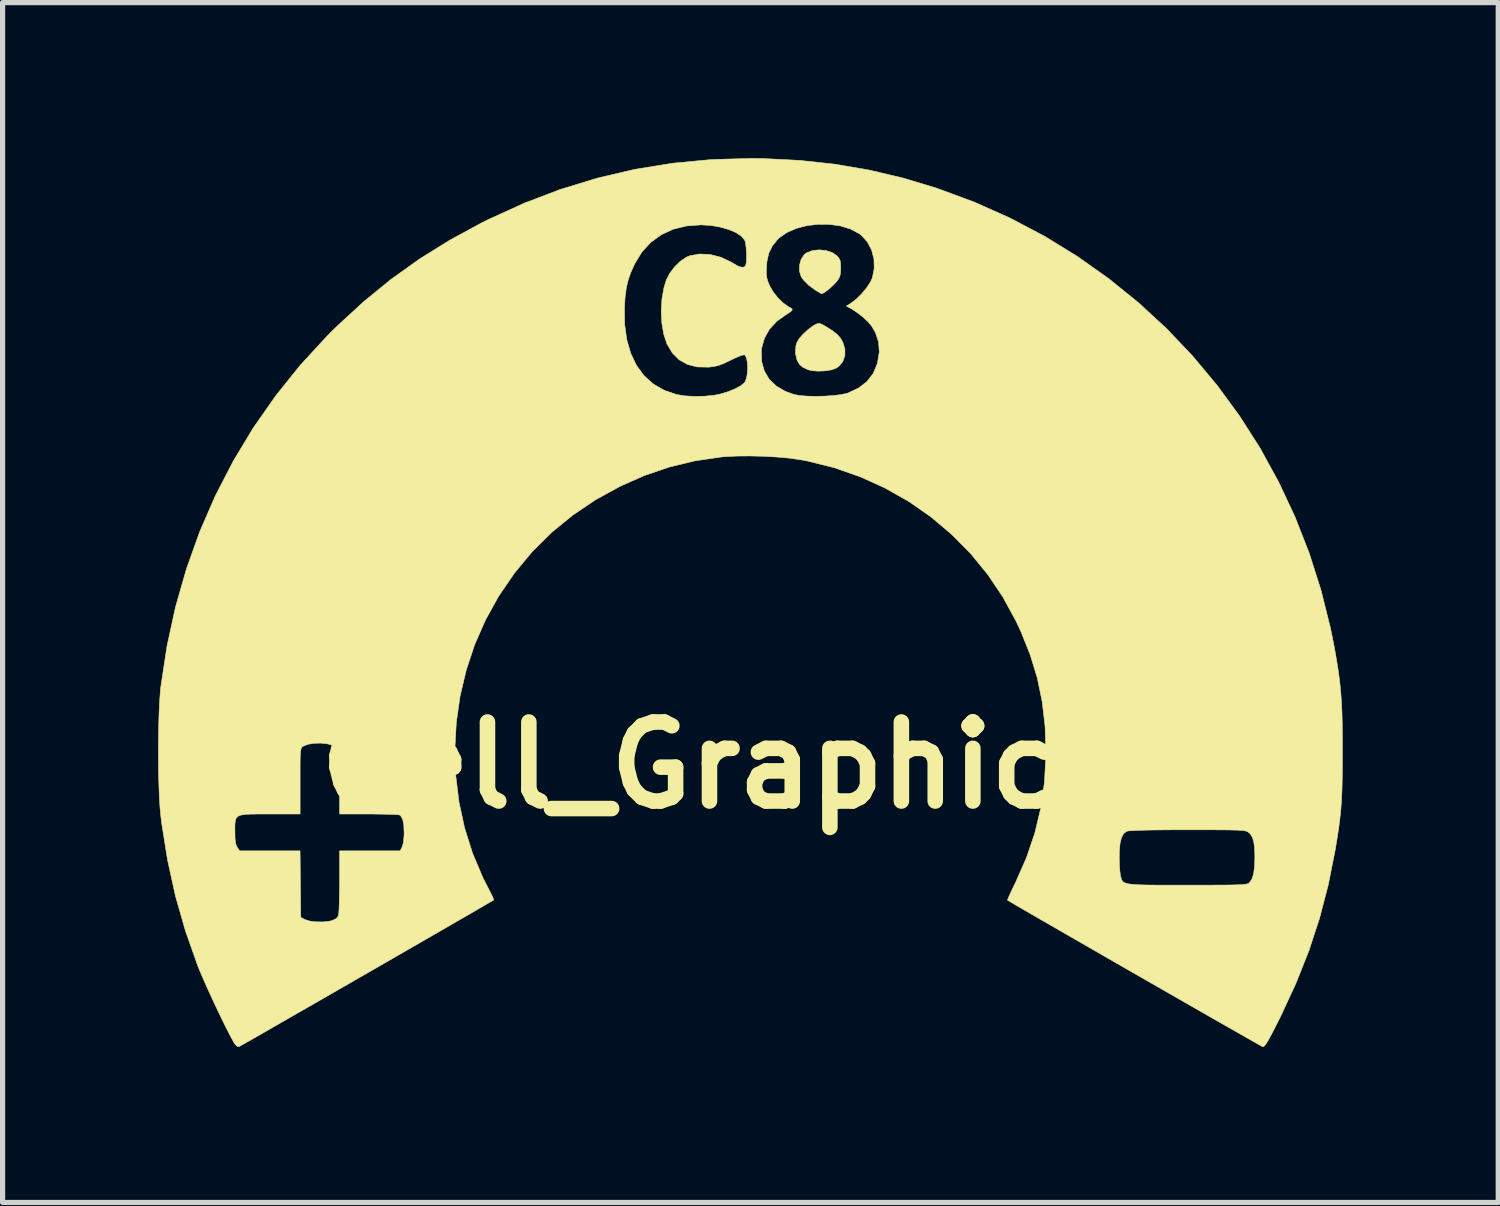
<source format=kicad_pcb>
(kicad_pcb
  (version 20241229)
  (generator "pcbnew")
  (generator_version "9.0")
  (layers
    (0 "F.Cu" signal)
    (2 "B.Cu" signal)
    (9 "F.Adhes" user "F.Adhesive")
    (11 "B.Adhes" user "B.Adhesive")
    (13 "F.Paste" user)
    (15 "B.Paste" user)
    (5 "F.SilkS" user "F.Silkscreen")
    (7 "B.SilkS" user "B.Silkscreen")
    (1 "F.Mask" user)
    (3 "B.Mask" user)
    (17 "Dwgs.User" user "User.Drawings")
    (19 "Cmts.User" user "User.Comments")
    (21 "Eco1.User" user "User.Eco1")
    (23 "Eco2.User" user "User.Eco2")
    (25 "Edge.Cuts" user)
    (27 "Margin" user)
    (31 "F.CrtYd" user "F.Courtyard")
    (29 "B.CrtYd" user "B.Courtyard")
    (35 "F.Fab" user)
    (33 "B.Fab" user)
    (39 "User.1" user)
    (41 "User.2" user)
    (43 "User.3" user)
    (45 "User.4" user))
  (footprint "Cell_Graphic_C8"
    (layer "F.Cu")
    (at 12.339 11.71)
    (property "Reference" "Cell_Graphic_C8" (at 0 0 0) (layer "F.SilkS") (effects (font (size 1.524 1.524) (thickness 0.3))))
    (attr through_hole)
    (fp_poly (pts (xy 0.465 -8.504) (xy 0.529 -8.468) (xy 0.659 -8.387) (xy 0.752 -8.315) (xy 0.818 -8.243) (xy 0.865 -8.162) (xy 0.907 -8.029) (xy 0.906 -7.9) (xy 0.864 -7.783) (xy 0.785 -7.691) (xy 0.73 -7.655) (xy 0.64 -7.625) (xy 0.52 -7.607) (xy 0.39 -7.602) (xy 0.271 -7.611) (xy 0.197 -7.629) (xy 0.096 -7.676) (xy 0.031 -7.732) (xy -0.015 -7.811) (xy -0.017 -7.816) (xy -0.048 -7.951) (xy -0.038 -8.092) (xy -0.016 -8.161) (xy 0.029 -8.233) (xy 0.104 -8.318) (xy 0.195 -8.402) (xy 0.287 -8.471) (xy 0.329 -8.496) (xy 0.378 -8.518) (xy 0.417 -8.522) (xy 0.465 -8.504)) (stroke (width 0.01) (type solid)) (fill yes) (layer "F.SilkS"))
    (fp_poly (pts (xy 0.541 -9.929) (xy 0.664 -9.888) (xy 0.749 -9.829) (xy 0.792 -9.781) (xy 0.815 -9.733) (xy 0.824 -9.667) (xy 0.826 -9.592) (xy 0.822 -9.495) (xy 0.807 -9.427) (xy 0.775 -9.367) (xy 0.753 -9.337) (xy 0.702 -9.28) (xy 0.635 -9.217) (xy 0.565 -9.158) (xy 0.503 -9.114) (xy 0.463 -9.095) (xy 0.46 -9.095) (xy 0.431 -9.108) (xy 0.376 -9.141) (xy 0.343 -9.161) (xy 0.205 -9.262) (xy 0.104 -9.364) (xy 0.061 -9.428) (xy 0.03 -9.533) (xy 0.032 -9.649) (xy 0.063 -9.759) (xy 0.121 -9.847) (xy 0.159 -9.879) (xy 0.273 -9.925) (xy 0.406 -9.941) (xy 0.541 -9.929)) (stroke (width 0.01) (type solid)) (fill yes) (layer "F.SilkS"))
    (fp_poly (pts (xy -0.66 -11.702) (xy 0.041 -11.666) (xy 0.717 -11.593) (xy 1.376 -11.48) (xy 2.028 -11.326) (xy 2.682 -11.129) (xy 2.692 -11.125) (xy 3.406 -10.861) (xy 4.095 -10.553) (xy 4.757 -10.204) (xy 5.39 -9.815) (xy 5.994 -9.387) (xy 6.567 -8.924) (xy 7.108 -8.425) (xy 7.614 -7.893) (xy 8.085 -7.329) (xy 8.519 -6.736) (xy 8.916 -6.114) (xy 9.272 -5.465) (xy 9.588 -4.791) (xy 9.861 -4.094) (xy 10.09 -3.375) (xy 10.274 -2.636) (xy 10.349 -2.261) (xy 10.389 -2.03) (xy 10.422 -1.823) (xy 10.448 -1.628) (xy 10.468 -1.438) (xy 10.482 -1.242) (xy 10.493 -1.031) (xy 10.499 -0.795) (xy 10.502 -0.525) (xy 10.502 -0.292) (xy 10.502 -0.001) (xy 10.499 0.248) (xy 10.494 0.464) (xy 10.485 0.658) (xy 10.473 0.838) (xy 10.455 1.013) (xy 10.433 1.192) (xy 10.404 1.385) (xy 10.368 1.601) (xy 10.362 1.638) (xy 10.229 2.307) (xy 10.061 2.951) (xy 9.854 3.582) (xy 9.605 4.208) (xy 9.312 4.84) (xy 9.289 4.885) (xy 9.2 5.062) (xy 9.13 5.197) (xy 9.076 5.296) (xy 9.035 5.364) (xy 9.005 5.405) (xy 8.982 5.425) (xy 8.964 5.428) (xy 8.963 5.428) (xy 8.938 5.414) (xy 8.872 5.377) (xy 8.769 5.319) (xy 8.632 5.241) (xy 8.465 5.146) (xy 8.271 5.035) (xy 8.053 4.911) (xy 7.816 4.775) (xy 7.562 4.63) (xy 7.295 4.477) (xy 7.018 4.318) (xy 6.735 4.156) (xy 6.45 3.992) (xy 6.164 3.828) (xy 5.884 3.667) (xy 5.61 3.509) (xy 5.348 3.358) (xy 5.099 3.215) (xy 4.869 3.082) (xy 4.66 2.962) (xy 4.476 2.855) (xy 4.319 2.764) (xy 4.195 2.692) (xy 4.105 2.639) (xy 4.054 2.608) (xy 4.043 2.602) (xy 4.05 2.578) (xy 4.077 2.516) (xy 4.118 2.426) (xy 4.172 2.314) (xy 4.2 2.256) (xy 4.409 1.781) (xy 4.412 1.772) (xy 6.198 1.772) (xy 6.2 1.896) (xy 6.207 2.011) (xy 6.217 2.101) (xy 6.224 2.139) (xy 6.235 2.178) (xy 6.247 2.211) (xy 6.263 2.238) (xy 6.29 2.26) (xy 6.33 2.277) (xy 6.388 2.289) (xy 6.469 2.299) (xy 6.577 2.305) (xy 6.716 2.309) (xy 6.891 2.311) (xy 7.105 2.311) (xy 7.364 2.311) (xy 7.511 2.311) (xy 7.783 2.311) (xy 8.009 2.311) (xy 8.193 2.31) (xy 8.34 2.309) (xy 8.454 2.306) (xy 8.54 2.303) (xy 8.603 2.298) (xy 8.646 2.292) (xy 8.675 2.285) (xy 8.695 2.276) (xy 8.709 2.264) (xy 8.711 2.262) (xy 8.758 2.193) (xy 8.79 2.091) (xy 8.808 1.951) (xy 8.814 1.778) (xy 8.809 1.608) (xy 8.793 1.48) (xy 8.765 1.387) (xy 8.722 1.321) (xy 8.695 1.297) (xy 8.678 1.284) (xy 8.657 1.274) (xy 8.629 1.265) (xy 8.588 1.259) (xy 8.53 1.254) (xy 8.45 1.25) (xy 8.344 1.248) (xy 8.206 1.246) (xy 8.032 1.245) (xy 7.817 1.245) (xy 7.557 1.245) (xy 7.516 1.245) (xy 7.211 1.245) (xy 6.955 1.247) (xy 6.745 1.25) (xy 6.581 1.254) (xy 6.46 1.259) (xy 6.381 1.265) (xy 6.341 1.273) (xy 6.34 1.273) (xy 6.281 1.319) (xy 6.239 1.398) (xy 6.212 1.514) (xy 6.199 1.673) (xy 6.198 1.772) (xy 4.412 1.772) (xy 4.57 1.306) (xy 4.685 0.826) (xy 4.755 0.331) (xy 4.783 -0.185) (xy 4.783 -0.254) (xy 4.767 -0.753) (xy 4.712 -1.225) (xy 4.618 -1.681) (xy 4.481 -2.13) (xy 4.3 -2.582) (xy 4.207 -2.781) (xy 3.954 -3.245) (xy 3.661 -3.68) (xy 3.331 -4.084) (xy 2.965 -4.454) (xy 2.568 -4.789) (xy 2.14 -5.087) (xy 1.685 -5.345) (xy 1.206 -5.563) (xy 0.705 -5.738) (xy 0.184 -5.868) (xy 0.038 -5.895) (xy -0.166 -5.924) (xy -0.405 -5.945) (xy -0.664 -5.96) (xy -0.926 -5.966) (xy -1.178 -5.964) (xy -1.402 -5.953) (xy -1.477 -5.946) (xy -1.989 -5.871) (xy -2.481 -5.752) (xy -2.961 -5.588) (xy -3.416 -5.387) (xy -3.897 -5.124) (xy -4.341 -4.825) (xy -4.75 -4.491) (xy -5.123 -4.121) (xy -5.462 -3.713) (xy -5.767 -3.268) (xy -5.771 -3.261) (xy -6.024 -2.805) (xy -6.233 -2.33) (xy -6.396 -1.839) (xy -6.515 -1.337) (xy -6.588 -0.828) (xy -6.616 -0.315) (xy -6.599 0.198) (xy -6.537 0.706) (xy -6.429 1.207) (xy -6.275 1.696) (xy -6.075 2.169) (xy -5.948 2.418) (xy -5.906 2.5) (xy -5.877 2.563) (xy -5.867 2.596) (xy -5.868 2.598) (xy -5.892 2.613) (xy -5.958 2.651) (xy -6.06 2.711) (xy -6.196 2.79) (xy -6.362 2.887) (xy -6.556 2.998) (xy -6.772 3.124) (xy -7.009 3.26) (xy -7.263 3.407) (xy -7.529 3.56) (xy -7.805 3.719) (xy -8.087 3.882) (xy -8.373 4.046) (xy -8.657 4.21) (xy -8.938 4.371) (xy -9.211 4.529) (xy -9.473 4.679) (xy -9.721 4.821) (xy -9.951 4.953) (xy -10.159 5.073) (xy -10.343 5.179) (xy -10.499 5.268) (xy -10.624 5.339) (xy -10.713 5.389) (xy -10.764 5.418) (xy -10.775 5.424) (xy -10.815 5.421) (xy -10.858 5.376) (xy -10.872 5.355) (xy -10.919 5.272) (xy -10.983 5.15) (xy -11.059 4.999) (xy -11.143 4.827) (xy -11.231 4.642) (xy -11.319 4.453) (xy -11.403 4.269) (xy -11.478 4.098) (xy -11.542 3.949) (xy -11.577 3.861) (xy -11.812 3.195) (xy -12.005 2.521) (xy -12.157 1.83) (xy -12.251 1.24) (xy -10.859 1.24) (xy -10.858 1.28) (xy -10.856 1.405) (xy -10.847 1.492) (xy -10.83 1.552) (xy -10.813 1.582) (xy -10.768 1.651) (xy -9.602 1.651) (xy -9.595 2.292) (xy -9.588 2.934) (xy -9.5 2.978) (xy -9.409 3.006) (xy -9.288 3.02) (xy -9.156 3.021) (xy -9.03 3.006) (xy -8.984 2.996) (xy -8.901 2.956) (xy -8.863 2.905) (xy -8.856 2.862) (xy -8.85 2.776) (xy -8.845 2.656) (xy -8.842 2.509) (xy -8.84 2.344) (xy -8.839 2.246) (xy -8.839 1.651) (xy -7.672 1.651) (xy -7.633 1.576) (xy -7.608 1.491) (xy -7.596 1.361) (xy -7.595 1.295) (xy -7.601 1.148) (xy -7.622 1.045) (xy -7.658 0.979) (xy -7.681 0.959) (xy -7.714 0.954) (xy -7.789 0.949) (xy -7.9 0.945) (xy -8.039 0.942) (xy -8.198 0.94) (xy -8.274 0.94) (xy -8.839 0.94) (xy -8.839 0.329) (xy -8.839 0.138) (xy -8.84 -0.01) (xy -8.842 -0.119) (xy -8.846 -0.198) (xy -8.852 -0.252) (xy -8.861 -0.288) (xy -8.873 -0.313) (xy -8.89 -0.332) (xy -8.899 -0.342) (xy -8.973 -0.386) (xy -9.08 -0.415) (xy -9.206 -0.428) (xy -9.335 -0.424) (xy -9.453 -0.404) (xy -9.544 -0.366) (xy -9.562 -0.353) (xy -9.575 -0.337) (xy -9.585 -0.311) (xy -9.592 -0.269) (xy -9.597 -0.205) (xy -9.6 -0.112) (xy -9.601 0.015) (xy -9.601 0.183) (xy -9.601 0.305) (xy -9.601 0.94) (xy -10.181 0.94) (xy -10.384 0.94) (xy -10.542 0.941) (xy -10.66 0.948) (xy -10.745 0.961) (xy -10.801 0.985) (xy -10.835 1.022) (xy -10.852 1.075) (xy -10.858 1.147) (xy -10.859 1.24) (xy -12.251 1.24) (xy -12.271 1.113) (xy -12.286 0.991) (xy -12.303 0.817) (xy -12.316 0.603) (xy -12.325 0.357) (xy -12.332 0.09) (xy -12.334 -0.19) (xy -12.333 -0.472) (xy -12.329 -0.748) (xy -12.321 -1.006) (xy -12.31 -1.239) (xy -12.296 -1.436) (xy -12.286 -1.524) (xy -12.168 -2.299) (xy -12.003 -3.056) (xy -11.792 -3.791) (xy -11.537 -4.505) (xy -11.236 -5.197) (xy -10.892 -5.864) (xy -10.505 -6.506) (xy -10.074 -7.123) (xy -9.602 -7.711) (xy -9.087 -8.272) (xy -8.887 -8.471) (xy -8.5 -8.826) (xy -3.345 -8.826) (xy -3.341 -8.501) (xy -3.3 -8.206) (xy -3.223 -7.942) (xy -3.113 -7.712) (xy -2.968 -7.515) (xy -2.791 -7.356) (xy -2.582 -7.234) (xy -2.343 -7.152) (xy -2.342 -7.151) (xy -2.18 -7.125) (xy -1.988 -7.114) (xy -1.789 -7.119) (xy -1.601 -7.139) (xy -1.488 -7.162) (xy -1.339 -7.208) (xy -1.206 -7.263) (xy -1.1 -7.321) (xy -1.032 -7.378) (xy -1.021 -7.393) (xy -0.992 -7.464) (xy -0.975 -7.559) (xy -0.969 -7.663) (xy -0.974 -7.765) (xy -0.99 -7.85) (xy -1.015 -7.905) (xy -1.031 -7.916) (xy -1.068 -7.911) (xy -1.138 -7.887) (xy -1.23 -7.846) (xy -1.302 -7.812) (xy -1.423 -7.753) (xy -1.517 -7.716) (xy -1.604 -7.694) (xy -1.699 -7.681) (xy -1.728 -7.679) (xy -1.942 -7.683) (xy -2.13 -7.731) (xy -2.29 -7.821) (xy -2.422 -7.953) (xy -2.446 -7.993) (xy -0.705 -7.993) (xy -0.699 -7.788) (xy -0.648 -7.605) (xy -0.553 -7.446) (xy -0.417 -7.314) (xy -0.241 -7.211) (xy -0.076 -7.152) (xy 0.034 -7.131) (xy 0.178 -7.12) (xy 0.344 -7.116) (xy 0.517 -7.12) (xy 0.684 -7.131) (xy 0.831 -7.149) (xy 0.945 -7.173) (xy 0.969 -7.181) (xy 1.172 -7.277) (xy 1.333 -7.402) (xy 1.452 -7.556) (xy 1.53 -7.74) (xy 1.536 -7.763) (xy 1.57 -7.972) (xy 1.556 -8.165) (xy 1.495 -8.347) (xy 1.421 -8.473) (xy 1.351 -8.555) (xy 1.251 -8.648) (xy 1.137 -8.736) (xy 1.026 -8.808) (xy 1.007 -8.818) (xy 0.934 -8.857) (xy 1.024 -8.912) (xy 1.127 -8.991) (xy 1.232 -9.095) (xy 1.328 -9.211) (xy 1.402 -9.325) (xy 1.436 -9.4) (xy 1.472 -9.58) (xy 1.467 -9.762) (xy 1.423 -9.936) (xy 1.342 -10.091) (xy 1.229 -10.218) (xy 1.182 -10.254) (xy 1.015 -10.343) (xy 0.821 -10.402) (xy 0.609 -10.432) (xy 0.39 -10.434) (xy 0.173 -10.408) (xy -0.03 -10.355) (xy -0.212 -10.276) (xy -0.361 -10.172) (xy -0.387 -10.147) (xy -0.492 -10.018) (xy -0.561 -9.878) (xy -0.597 -9.714) (xy -0.605 -9.61) (xy -0.608 -9.497) (xy -0.602 -9.414) (xy -0.583 -9.341) (xy -0.548 -9.255) (xy -0.545 -9.247) (xy -0.478 -9.132) (xy -0.387 -9.017) (xy -0.283 -8.916) (xy -0.182 -8.844) (xy -0.159 -8.832) (xy -0.115 -8.806) (xy -0.109 -8.78) (xy -0.143 -8.746) (xy -0.21 -8.704) (xy -0.401 -8.569) (xy -0.547 -8.412) (xy -0.646 -8.237) (xy -0.699 -8.045) (xy -0.705 -7.993) (xy -2.446 -7.993) (xy -2.525 -8.126) (xy -2.526 -8.13) (xy -2.588 -8.315) (xy -2.624 -8.53) (xy -2.636 -8.762) (xy -2.622 -8.995) (xy -2.582 -9.217) (xy -2.538 -9.36) (xy -2.471 -9.49) (xy -2.376 -9.615) (xy -2.265 -9.723) (xy -2.148 -9.801) (xy -2.083 -9.828) (xy -1.891 -9.861) (xy -1.687 -9.85) (xy -1.483 -9.798) (xy -1.288 -9.705) (xy -1.245 -9.678) (xy -1.144 -9.622) (xy -1.067 -9.603) (xy -1.018 -9.622) (xy -1.006 -9.641) (xy -0.994 -9.705) (xy -0.99 -9.8) (xy -0.992 -9.908) (xy -1.001 -10.013) (xy -1.015 -10.096) (xy -1.027 -10.131) (xy -1.091 -10.206) (xy -1.196 -10.275) (xy -1.335 -10.334) (xy -1.497 -10.38) (xy -1.675 -10.411) (xy -1.859 -10.423) (xy -1.867 -10.423) (xy -2.148 -10.402) (xy -2.405 -10.339) (xy -2.635 -10.233) (xy -2.836 -10.087) (xy -3.007 -9.902) (xy -3.144 -9.679) (xy -3.149 -9.669) (xy -3.221 -9.509) (xy -3.273 -9.361) (xy -3.309 -9.209) (xy -3.332 -9.038) (xy -3.345 -8.832) (xy -3.345 -8.826) (xy -8.5 -8.826) (xy -8.37 -8.946) (xy -7.841 -9.377) (xy -7.29 -9.77) (xy -6.711 -10.13) (xy -6.094 -10.465) (xy -5.973 -10.525) (xy -5.275 -10.843) (xy -4.572 -11.11) (xy -3.861 -11.327) (xy -3.141 -11.495) (xy -2.41 -11.613) (xy -1.666 -11.683) (xy -0.909 -11.705) (xy -0.66 -11.702)) (stroke (width 0.01) (type solid)) (fill yes) (layer "F.SilkS")))
  (gr_rect
    (start -3 -3)
    (end 25.847 20.142)
    (stroke (width 0.1) (type default))
    (fill no)
    (layer "Edge.Cuts")))
</source>
